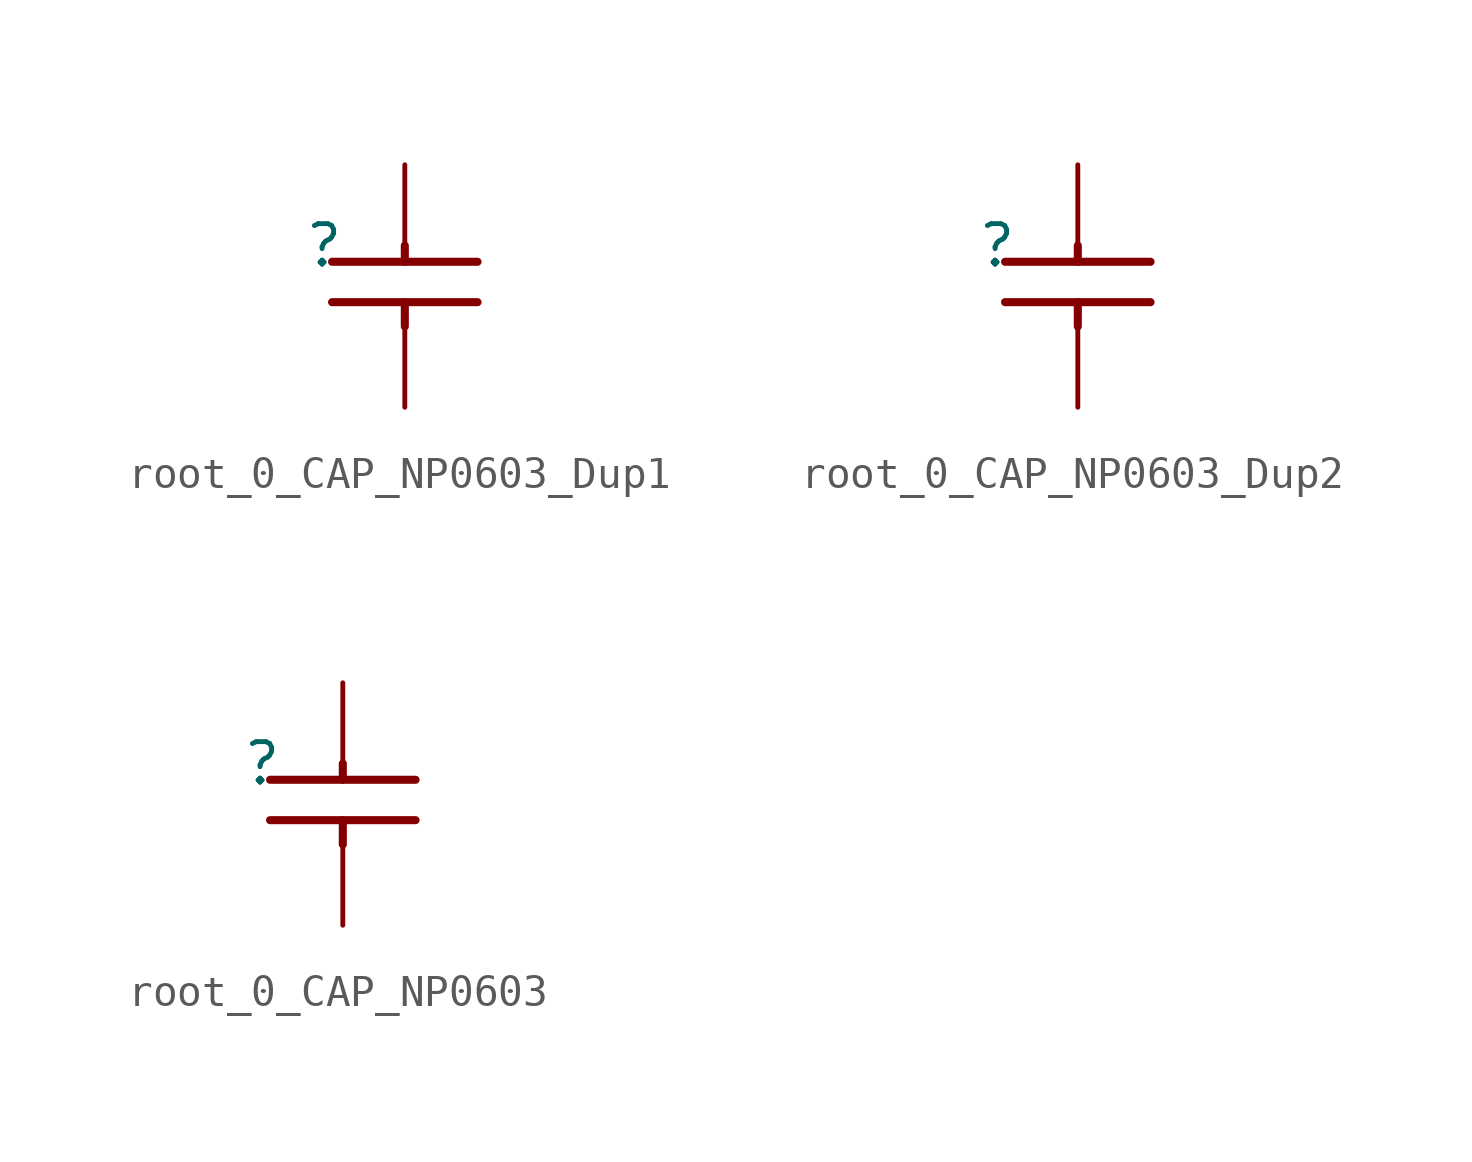
<source format=kicad_sym>
(kicad_symbol_lib
  (version 20220914)
  (generator kicad_symbol_editor)
  (symbol "root_0_CAP_NP0603_Dup1"
    (property "Reference" ""
      (at 0 0 0)
      (effects (font (size 1.27 1.27))))
    (property "Value" ""
      (at 0 0 0)
      (effects (font (size 1.27 1.27))))
    (symbol "root_0_CAP_NP0603_Dup1_1_0"
      (polyline (pts (xy 0.254 -1.778) (xy 4.826 -1.778)) (stroke (width 0.254) (type solid)) (fill (type none)))
      (polyline (pts (xy 0.254 -0.508) (xy 4.826 -0.508)) (stroke (width 0.254) (type solid)) (fill (type none)))
      (polyline (pts (xy 2.54 -2.54) (xy 2.54 -1.778)) (stroke (width 0.254) (type solid)) (fill (type none)))
      (polyline (pts (xy 2.54 0) (xy 2.54 -0.508)) (stroke (width 0.254) (type solid)) (fill (type none)))
      (pin passive line (at 2.54 2.54 270) (length 2.54) (name "1" (effects (font (size 0 0)))) (number "1" (effects (font (size 0 0)))))
      (pin passive line (at 2.54 -5.08 90) (length 2.54) (name "2" (effects (font (size 0 0)))) (number "2" (effects (font (size 0 0)))))))
  (symbol "root_0_CAP_NP0603_Dup2"
    (property "Reference" ""
      (at 0 0 0)
      (effects (font (size 1.27 1.27))))
    (property "Value" ""
      (at 0 0 0)
      (effects (font (size 1.27 1.27))))
    (symbol "root_0_CAP_NP0603_Dup2_1_0"
      (polyline (pts (xy 0.254 -1.778) (xy 4.826 -1.778)) (stroke (width 0.254) (type solid)) (fill (type none)))
      (polyline (pts (xy 0.254 -0.508) (xy 4.826 -0.508)) (stroke (width 0.254) (type solid)) (fill (type none)))
      (polyline (pts (xy 2.54 -2.54) (xy 2.54 -1.778)) (stroke (width 0.254) (type solid)) (fill (type none)))
      (polyline (pts (xy 2.54 0) (xy 2.54 -0.508)) (stroke (width 0.254) (type solid)) (fill (type none)))
      (pin passive line (at 2.54 2.54 270) (length 2.54) (name "1" (effects (font (size 0 0)))) (number "1" (effects (font (size 0 0)))))
      (pin passive line (at 2.54 -5.08 90) (length 2.54) (name "2" (effects (font (size 0 0)))) (number "2" (effects (font (size 0 0)))))))
  (symbol "root_0_CAP_NP0603"
    (property "Reference" ""
      (at 0 0 0)
      (effects (font (size 1.27 1.27))))
    (property "Value" ""
      (at 0 0 0)
      (effects (font (size 1.27 1.27))))
    (symbol "root_0_CAP_NP0603_1_0"
      (polyline (pts (xy 0.254 -1.778) (xy 4.826 -1.778)) (stroke (width 0.254) (type solid)) (fill (type none)))
      (polyline (pts (xy 0.254 -0.508) (xy 4.826 -0.508)) (stroke (width 0.254) (type solid)) (fill (type none)))
      (polyline (pts (xy 2.54 -2.54) (xy 2.54 -1.778)) (stroke (width 0.254) (type solid)) (fill (type none)))
      (polyline (pts (xy 2.54 0) (xy 2.54 -0.508)) (stroke (width 0.254) (type solid)) (fill (type none)))
      (pin passive line (at 2.54 2.54 270) (length 2.54) (name "1" (effects (font (size 0 0)))) (number "1" (effects (font (size 0 0)))))
      (pin passive line (at 2.54 -5.08 90) (length 2.54) (name "2" (effects (font (size 0 0)))) (number "2" (effects (font (size 0 0))))))))
</source>
